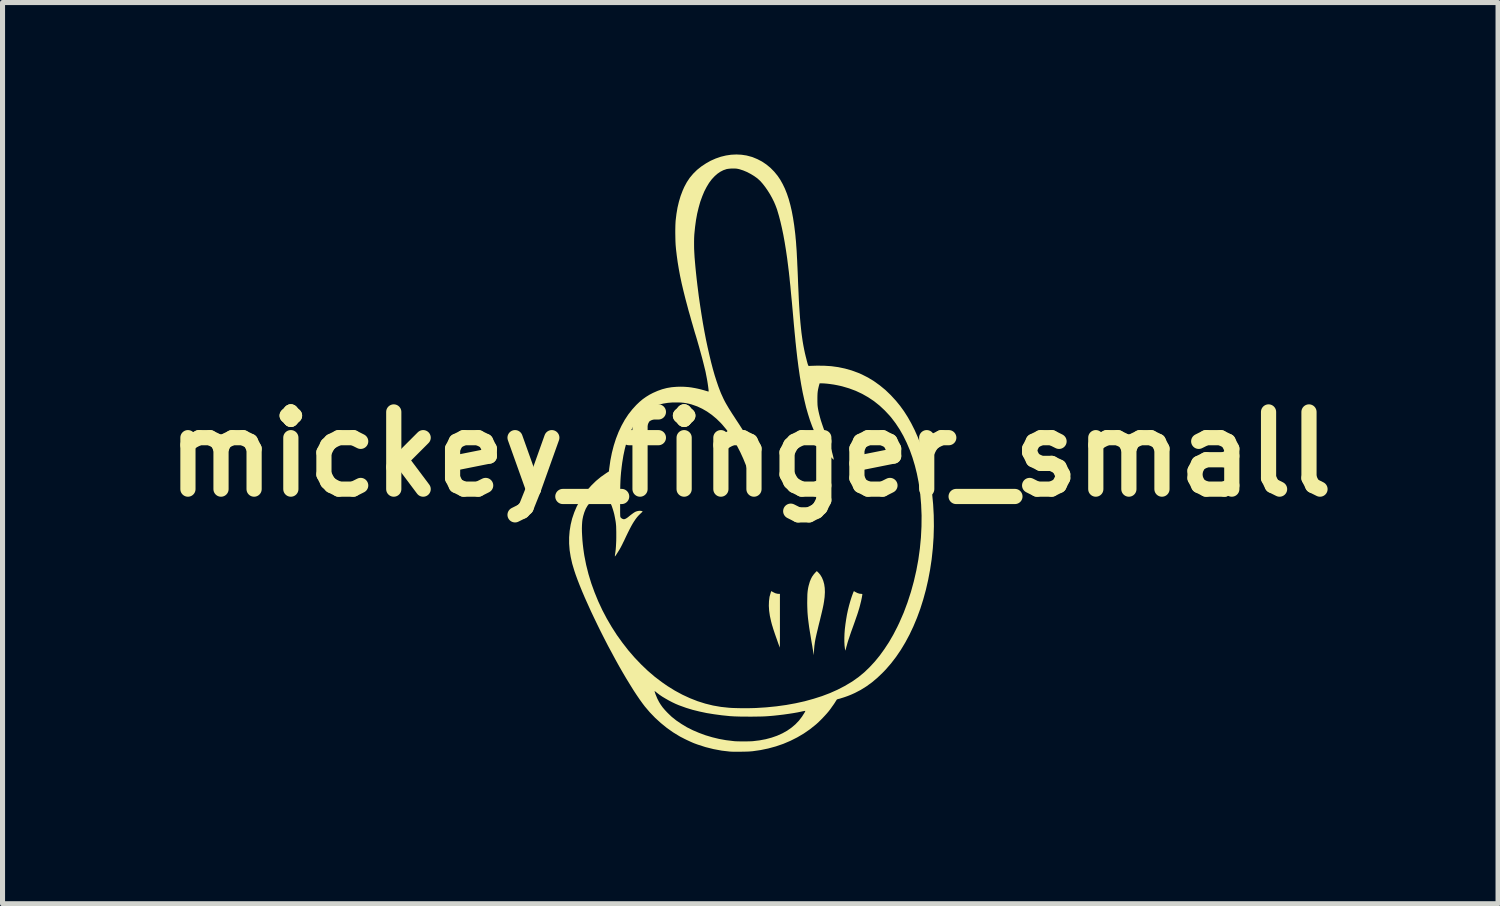
<source format=kicad_pcb>
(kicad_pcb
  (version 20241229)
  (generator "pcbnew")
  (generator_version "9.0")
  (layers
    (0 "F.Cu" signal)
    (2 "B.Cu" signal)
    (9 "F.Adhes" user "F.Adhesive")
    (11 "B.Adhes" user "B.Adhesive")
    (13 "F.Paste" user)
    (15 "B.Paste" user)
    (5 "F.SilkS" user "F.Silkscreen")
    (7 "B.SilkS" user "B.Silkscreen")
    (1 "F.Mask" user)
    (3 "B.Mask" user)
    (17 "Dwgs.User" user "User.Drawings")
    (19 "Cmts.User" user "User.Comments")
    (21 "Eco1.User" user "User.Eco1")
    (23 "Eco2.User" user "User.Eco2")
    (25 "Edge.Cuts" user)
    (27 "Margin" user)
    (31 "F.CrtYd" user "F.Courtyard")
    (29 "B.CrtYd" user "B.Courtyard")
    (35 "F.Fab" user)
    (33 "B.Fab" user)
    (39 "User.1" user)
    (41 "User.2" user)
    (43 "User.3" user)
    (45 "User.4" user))
  (footprint "mickey_finger_small"
    (layer "F.Cu")
    (at 11.764 5.918)
    (property "Reference" "mickey_finger_small" (at 0 0 0) (layer "F.SilkS") (effects (font (size 1.524 1.524) (thickness 0.3))))
    (attr board_only exclude_from_pos_files exclude_from_bom)
    (fp_poly (pts (xy 0.419 2.706) (xy 0.431 2.712) (xy 0.447 2.722) (xy 0.448 2.722) (xy 0.492 2.744) (xy 0.534 2.755) (xy 0.559 2.757) (xy 0.585 2.757) (xy 0.585 3.288) (xy 0.585 3.363) (xy 0.585 3.435) (xy 0.585 3.502) (xy 0.585 3.566) (xy 0.585 3.623) (xy 0.584 3.675) (xy 0.584 3.72) (xy 0.584 3.758) (xy 0.584 3.787) (xy 0.583 3.807) (xy 0.583 3.818) (xy 0.583 3.819) (xy 0.581 3.814) (xy 0.576 3.8) (xy 0.568 3.778) (xy 0.557 3.75) (xy 0.545 3.716) (xy 0.532 3.678) (xy 0.524 3.655) (xy 0.501 3.591) (xy 0.482 3.536) (xy 0.466 3.488) (xy 0.452 3.446) (xy 0.441 3.408) (xy 0.43 3.374) (xy 0.421 3.341) (xy 0.413 3.309) (xy 0.411 3.303) (xy 0.387 3.194) (xy 0.372 3.091) (xy 0.366 2.993) (xy 0.369 2.902) (xy 0.379 2.822) (xy 0.382 2.807) (xy 0.388 2.788) (xy 0.394 2.766) (xy 0.4 2.744) (xy 0.406 2.724) (xy 0.411 2.71) (xy 0.414 2.703) (xy 0.414 2.703)) (stroke (width 0) (type solid)) (fill yes) (layer "F.SilkS"))
    (fp_poly (pts (xy 2.05 2.706) (xy 2.061 2.712) (xy 2.077 2.722) (xy 2.078 2.722) (xy 2.118 2.742) (xy 2.157 2.754) (xy 2.186 2.757) (xy 2.201 2.758) (xy 2.211 2.761) (xy 2.212 2.762) (xy 2.212 2.769) (xy 2.21 2.785) (xy 2.206 2.808) (xy 2.201 2.837) (xy 2.194 2.869) (xy 2.187 2.903) (xy 2.178 2.938) (xy 2.172 2.962) (xy 2.162 3.002) (xy 2.151 3.042) (xy 2.138 3.084) (xy 2.124 3.13) (xy 2.107 3.181) (xy 2.087 3.238) (xy 2.065 3.302) (xy 2.039 3.375) (xy 2.038 3.378) (xy 2.012 3.45) (xy 1.989 3.513) (xy 1.97 3.569) (xy 1.954 3.618) (xy 1.939 3.662) (xy 1.926 3.702) (xy 1.915 3.74) (xy 1.905 3.777) (xy 1.898 3.801) (xy 1.891 3.828) (xy 1.885 3.851) (xy 1.88 3.868) (xy 1.877 3.877) (xy 1.877 3.877) (xy 1.875 3.873) (xy 1.873 3.861) (xy 1.869 3.844) (xy 1.869 3.842) (xy 1.861 3.779) (xy 1.857 3.707) (xy 1.857 3.627) (xy 1.86 3.542) (xy 1.867 3.452) (xy 1.878 3.36) (xy 1.892 3.265) (xy 1.908 3.17) (xy 1.928 3.076) (xy 1.951 2.984) (xy 1.976 2.896) (xy 1.995 2.836) (xy 2.006 2.803) (xy 2.017 2.773) (xy 2.027 2.746) (xy 2.035 2.725) (xy 2.042 2.71) (xy 2.045 2.704)) (stroke (width 0) (type solid)) (fill yes) (layer "F.SilkS"))
    (fp_poly (pts (xy 1.34 2.333) (xy 1.381 2.38) (xy 1.414 2.435) (xy 1.44 2.497) (xy 1.459 2.566) (xy 1.47 2.641) (xy 1.473 2.723) (xy 1.468 2.81) (xy 1.466 2.832) (xy 1.461 2.867) (xy 1.457 2.901) (xy 1.451 2.936) (xy 1.445 2.972) (xy 1.437 3.011) (xy 1.428 3.053) (xy 1.417 3.101) (xy 1.404 3.156) (xy 1.389 3.218) (xy 1.372 3.289) (xy 1.368 3.304) (xy 1.348 3.384) (xy 1.331 3.456) (xy 1.316 3.518) (xy 1.303 3.574) (xy 1.292 3.623) (xy 1.283 3.668) (xy 1.276 3.707) (xy 1.271 3.744) (xy 1.266 3.779) (xy 1.263 3.813) (xy 1.26 3.846) (xy 1.258 3.881) (xy 1.258 3.888) (xy 1.254 3.968) (xy 1.245 3.914) (xy 1.242 3.895) (xy 1.237 3.868) (xy 1.231 3.834) (xy 1.225 3.793) (xy 1.217 3.749) (xy 1.209 3.703) (xy 1.203 3.667) (xy 1.188 3.574) (xy 1.174 3.491) (xy 1.162 3.415) (xy 1.153 3.347) (xy 1.145 3.284) (xy 1.138 3.225) (xy 1.133 3.169) (xy 1.129 3.115) (xy 1.127 3.061) (xy 1.125 3.006) (xy 1.124 2.95) (xy 1.124 2.925) (xy 1.125 2.864) (xy 1.126 2.812) (xy 1.127 2.767) (xy 1.13 2.728) (xy 1.134 2.693) (xy 1.139 2.66) (xy 1.145 2.627) (xy 1.153 2.593) (xy 1.157 2.58) (xy 1.175 2.517) (xy 1.197 2.463) (xy 1.221 2.417) (xy 1.251 2.375) (xy 1.28 2.341) (xy 1.313 2.308)) (stroke (width 0) (type solid)) (fill yes) (layer "F.SilkS"))
    (fp_poly (pts (xy -0.174 -5.913) (xy -0.074 -5.898) (xy 0.023 -5.872) (xy 0.043 -5.866) (xy 0.14 -5.826) (xy 0.232 -5.778) (xy 0.318 -5.72) (xy 0.398 -5.654) (xy 0.472 -5.579) (xy 0.54 -5.496) (xy 0.592 -5.419) (xy 0.639 -5.335) (xy 0.683 -5.244) (xy 0.723 -5.144) (xy 0.759 -5.037) (xy 0.791 -4.92) (xy 0.82 -4.795) (xy 0.845 -4.66) (xy 0.867 -4.516) (xy 0.886 -4.362) (xy 0.891 -4.315) (xy 0.895 -4.267) (xy 0.9 -4.22) (xy 0.904 -4.172) (xy 0.907 -4.123) (xy 0.911 -4.071) (xy 0.915 -4.017) (xy 0.918 -3.959) (xy 0.921 -3.896) (xy 0.925 -3.828) (xy 0.928 -3.753) (xy 0.932 -3.671) (xy 0.936 -3.581) (xy 0.94 -3.481) (xy 0.944 -3.373) (xy 0.945 -3.348) (xy 0.952 -3.199) (xy 0.958 -3.061) (xy 0.965 -2.931) (xy 0.973 -2.811) (xy 0.981 -2.698) (xy 0.99 -2.593) (xy 1 -2.494) (xy 1.01 -2.4) (xy 1.022 -2.312) (xy 1.034 -2.228) (xy 1.048 -2.147) (xy 1.063 -2.069) (xy 1.079 -1.994) (xy 1.097 -1.919) (xy 1.108 -1.877) (xy 1.118 -1.836) (xy 1.127 -1.804) (xy 1.134 -1.78) (xy 1.14 -1.763) (xy 1.144 -1.752) (xy 1.149 -1.746) (xy 1.154 -1.743) (xy 1.159 -1.743) (xy 1.16 -1.743) (xy 1.169 -1.743) (xy 1.187 -1.744) (xy 1.212 -1.745) (xy 1.244 -1.746) (xy 1.28 -1.747) (xy 1.308 -1.748) (xy 1.456 -1.747) (xy 1.599 -1.738) (xy 1.737 -1.719) (xy 1.87 -1.691) (xy 2.001 -1.654) (xy 2.129 -1.607) (xy 2.203 -1.575) (xy 2.325 -1.513) (xy 2.443 -1.441) (xy 2.557 -1.359) (xy 2.668 -1.268) (xy 2.774 -1.166) (xy 2.876 -1.055) (xy 2.959 -0.953) (xy 3.035 -0.848) (xy 3.109 -0.732) (xy 3.179 -0.608) (xy 3.245 -0.477) (xy 3.306 -0.339) (xy 3.363 -0.196) (xy 3.414 -0.048) (xy 3.46 0.103) (xy 3.477 0.168) (xy 3.523 0.366) (xy 3.561 0.569) (xy 3.59 0.777) (xy 3.61 0.989) (xy 3.622 1.204) (xy 3.625 1.421) (xy 3.619 1.639) (xy 3.604 1.857) (xy 3.581 2.073) (xy 3.55 2.279) (xy 3.512 2.481) (xy 3.467 2.677) (xy 3.415 2.867) (xy 3.357 3.051) (xy 3.292 3.228) (xy 3.221 3.398) (xy 3.144 3.561) (xy 3.061 3.716) (xy 2.972 3.864) (xy 2.878 4.002) (xy 2.778 4.132) (xy 2.673 4.253) (xy 2.608 4.32) (xy 2.504 4.419) (xy 2.399 4.507) (xy 2.291 4.585) (xy 2.18 4.654) (xy 2.065 4.714) (xy 1.996 4.745) (xy 1.962 4.759) (xy 1.924 4.774) (xy 1.882 4.789) (xy 1.841 4.803) (xy 1.802 4.815) (xy 1.768 4.826) (xy 1.742 4.832) (xy 1.723 4.837) (xy 1.711 4.843) (xy 1.703 4.852) (xy 1.699 4.859) (xy 1.683 4.884) (xy 1.663 4.916) (xy 1.639 4.951) (xy 1.613 4.987) (xy 1.588 5.023) (xy 1.564 5.055) (xy 1.546 5.078) (xy 1.514 5.116) (xy 1.476 5.158) (xy 1.434 5.203) (xy 1.391 5.247) (xy 1.349 5.288) (xy 1.309 5.325) (xy 1.295 5.337) (xy 1.179 5.43) (xy 1.056 5.515) (xy 0.927 5.591) (xy 0.792 5.659) (xy 0.651 5.719) (xy 0.505 5.769) (xy 0.355 5.81) (xy 0.201 5.842) (xy 0.048 5.864) (xy 0.016 5.867) (xy -0.026 5.87) (xy -0.073 5.872) (xy -0.124 5.873) (xy -0.178 5.874) (xy -0.231 5.875) (xy -0.282 5.875) (xy -0.328 5.875) (xy -0.368 5.873) (xy -0.398 5.872) (xy -0.562 5.853) (xy -0.724 5.823) (xy -0.884 5.783) (xy -1.042 5.732) (xy -1.11 5.707) (xy -1.139 5.695) (xy -1.175 5.679) (xy -1.216 5.66) (xy -1.259 5.64) (xy -1.302 5.619) (xy -1.342 5.598) (xy -1.378 5.58) (xy -1.399 5.568) (xy -1.525 5.491) (xy -1.648 5.404) (xy -1.766 5.308) (xy -1.878 5.206) (xy -1.984 5.096) (xy -2.081 4.982) (xy -2.123 4.927) (xy -2.183 4.844) (xy -2.245 4.753) (xy -2.295 4.677) (xy -1.889 4.677) (xy -1.889 4.683) (xy -1.885 4.698) (xy -1.878 4.718) (xy -1.87 4.743) (xy -1.859 4.769) (xy -1.848 4.796) (xy -1.838 4.821) (xy -1.831 4.835) (xy -1.801 4.893) (xy -1.768 4.946) (xy -1.73 4.999) (xy -1.686 5.051) (xy -1.636 5.104) (xy -1.553 5.184) (xy -1.46 5.258) (xy -1.358 5.327) (xy -1.25 5.392) (xy -1.134 5.45) (xy -1.012 5.502) (xy -0.885 5.549) (xy -0.754 5.588) (xy -0.619 5.621) (xy -0.481 5.646) (xy -0.34 5.663) (xy -0.314 5.666) (xy -0.285 5.668) (xy -0.247 5.669) (xy -0.204 5.67) (xy -0.157 5.671) (xy -0.11 5.671) (xy -0.063 5.67) (xy -0.02 5.669) (xy 0.018 5.668) (xy 0.047 5.666) (xy 0.051 5.666) (xy 0.182 5.65) (xy 0.305 5.627) (xy 0.421 5.596) (xy 0.53 5.558) (xy 0.632 5.512) (xy 0.726 5.46) (xy 0.812 5.4) (xy 0.89 5.334) (xy 0.961 5.26) (xy 1.022 5.18) (xy 1.072 5.101) (xy 1.08 5.085) (xy 1.086 5.072) (xy 1.087 5.067) (xy 1.082 5.067) (xy 1.067 5.07) (xy 1.046 5.074) (xy 1.021 5.079) (xy 1.013 5.081) (xy 0.936 5.097) (xy 0.851 5.112) (xy 0.759 5.126) (xy 0.661 5.14) (xy 0.561 5.152) (xy 0.46 5.163) (xy 0.366 5.171) (xy 0.322 5.174) (xy 0.269 5.177) (xy 0.209 5.179) (xy 0.143 5.18) (xy 0.074 5.181) (xy 0.002 5.182) (xy -0.069 5.181) (xy -0.14 5.181) (xy -0.207 5.18) (xy -0.27 5.178) (xy -0.326 5.176) (xy -0.374 5.173) (xy -0.395 5.172) (xy -0.561 5.155) (xy -0.717 5.134) (xy -0.865 5.11) (xy -1.006 5.08) (xy -1.139 5.047) (xy -1.267 5.008) (xy -1.389 4.964) (xy -1.411 4.956) (xy -1.475 4.929) (xy -1.542 4.897) (xy -1.609 4.862) (xy -1.674 4.825) (xy -1.736 4.788) (xy -1.792 4.75) (xy -1.839 4.714) (xy -1.848 4.707) (xy -1.865 4.693) (xy -1.879 4.683) (xy -1.887 4.677) (xy -1.889 4.677) (xy -2.295 4.677) (xy -2.311 4.652) (xy -2.378 4.544) (xy -2.448 4.43) (xy -2.519 4.309) (xy -2.591 4.184) (xy -2.663 4.054) (xy -2.735 3.92) (xy -2.808 3.785) (xy -2.879 3.647) (xy -2.949 3.509) (xy -3.017 3.371) (xy -3.083 3.234) (xy -3.147 3.099) (xy -3.207 2.966) (xy -3.265 2.837) (xy -3.318 2.713) (xy -3.367 2.593) (xy -3.411 2.48) (xy -3.45 2.373) (xy -3.475 2.298) (xy -3.516 2.161) (xy -3.546 2.027) (xy -3.567 1.896) (xy -3.577 1.767) (xy -3.577 1.64) (xy -3.567 1.515) (xy -3.558 1.461) (xy -3.325 1.461) (xy -3.324 1.534) (xy -3.32 1.612) (xy -3.315 1.694) (xy -3.307 1.779) (xy -3.297 1.864) (xy -3.285 1.95) (xy -3.277 2.001) (xy -3.241 2.184) (xy -3.195 2.367) (xy -3.14 2.548) (xy -3.075 2.727) (xy -3.003 2.903) (xy -2.922 3.077) (xy -2.833 3.246) (xy -2.736 3.412) (xy -2.633 3.572) (xy -2.522 3.726) (xy -2.406 3.875) (xy -2.283 4.017) (xy -2.155 4.151) (xy -2.022 4.278) (xy -1.884 4.396) (xy -1.741 4.504) (xy -1.636 4.577) (xy -1.489 4.668) (xy -1.341 4.748) (xy -1.192 4.817) (xy -1.042 4.876) (xy -0.89 4.924) (xy -0.736 4.962) (xy -0.58 4.989) (xy -0.422 5.006) (xy -0.36 5.01) (xy -0.295 5.012) (xy -0.223 5.014) (xy -0.147 5.015) (xy -0.069 5.015) (xy 0.006 5.014) (xy 0.076 5.012) (xy 0.111 5.011) (xy 0.317 4.998) (xy 0.516 4.978) (xy 0.71 4.951) (xy 0.897 4.917) (xy 1.077 4.877) (xy 1.25 4.829) (xy 1.416 4.776) (xy 1.574 4.716) (xy 1.724 4.649) (xy 1.865 4.576) (xy 1.998 4.497) (xy 2.029 4.477) (xy 2.142 4.396) (xy 2.251 4.306) (xy 2.356 4.205) (xy 2.458 4.095) (xy 2.556 3.975) (xy 2.649 3.846) (xy 2.739 3.709) (xy 2.824 3.562) (xy 2.904 3.407) (xy 2.944 3.323) (xy 3.029 3.128) (xy 3.104 2.927) (xy 3.171 2.721) (xy 3.229 2.51) (xy 3.278 2.297) (xy 3.318 2.081) (xy 3.348 1.863) (xy 3.369 1.645) (xy 3.38 1.426) (xy 3.382 1.209) (xy 3.373 0.993) (xy 3.355 0.779) (xy 3.348 0.718) (xy 3.322 0.548) (xy 3.289 0.382) (xy 3.249 0.222) (xy 3.202 0.066) (xy 3.149 -0.083) (xy 3.088 -0.226) (xy 3.022 -0.361) (xy 2.949 -0.489) (xy 2.87 -0.609) (xy 2.785 -0.721) (xy 2.753 -0.759) (xy 2.655 -0.864) (xy 2.552 -0.96) (xy 2.443 -1.047) (xy 2.328 -1.124) (xy 2.208 -1.192) (xy 2.082 -1.251) (xy 1.951 -1.3) (xy 1.815 -1.34) (xy 1.782 -1.348) (xy 1.717 -1.362) (xy 1.648 -1.375) (xy 1.579 -1.385) (xy 1.513 -1.393) (xy 1.451 -1.398) (xy 1.417 -1.399) (xy 1.369 -1.4) (xy 1.356 -1.355) (xy 1.346 -1.315) (xy 1.338 -1.278) (xy 1.332 -1.243) (xy 1.328 -1.206) (xy 1.326 -1.164) (xy 1.325 -1.116) (xy 1.325 -1.086) (xy 1.325 -1.043) (xy 1.326 -1.008) (xy 1.327 -0.979) (xy 1.329 -0.954) (xy 1.332 -0.93) (xy 1.336 -0.904) (xy 1.337 -0.897) (xy 1.348 -0.842) (xy 1.361 -0.786) (xy 1.376 -0.729) (xy 1.393 -0.668) (xy 1.415 -0.602) (xy 1.439 -0.531) (xy 1.468 -0.452) (xy 1.489 -0.396) (xy 1.518 -0.321) (xy 1.542 -0.256) (xy 1.563 -0.198) (xy 1.58 -0.149) (xy 1.594 -0.107) (xy 1.598 -0.096) (xy 1.605 -0.073) (xy 1.613 -0.045) (xy 1.621 -0.015) (xy 1.629 0.016) (xy 1.636 0.045) (xy 1.642 0.07) (xy 1.646 0.091) (xy 1.648 0.104) (xy 1.648 0.108) (xy 1.643 0.106) (xy 1.633 0.097) (xy 1.617 0.082) (xy 1.598 0.062) (xy 1.577 0.04) (xy 1.555 0.015) (xy 1.532 -0.01) (xy 1.511 -0.035) (xy 1.492 -0.058) (xy 1.477 -0.077) (xy 1.42 -0.158) (xy 1.366 -0.246) (xy 1.315 -0.34) (xy 1.267 -0.442) (xy 1.222 -0.55) (xy 1.179 -0.667) (xy 1.14 -0.791) (xy 1.102 -0.923) (xy 1.068 -1.065) (xy 1.035 -1.215) (xy 1.005 -1.375) (xy 0.977 -1.544) (xy 0.951 -1.724) (xy 0.935 -1.85) (xy 0.929 -1.895) (xy 0.924 -1.939) (xy 0.919 -1.983) (xy 0.914 -2.026) (xy 0.909 -2.071) (xy 0.904 -2.117) (xy 0.899 -2.166) (xy 0.893 -2.219) (xy 0.888 -2.276) (xy 0.882 -2.338) (xy 0.875 -2.407) (xy 0.868 -2.483) (xy 0.86 -2.566) (xy 0.852 -2.659) (xy 0.843 -2.761) (xy 0.84 -2.795) (xy 0.83 -2.905) (xy 0.821 -3.005) (xy 0.812 -3.095) (xy 0.804 -3.178) (xy 0.797 -3.253) (xy 0.791 -3.321) (xy 0.784 -3.384) (xy 0.778 -3.442) (xy 0.773 -3.496) (xy 0.767 -3.547) (xy 0.762 -3.596) (xy 0.756 -3.643) (xy 0.75 -3.69) (xy 0.75 -3.692) (xy 0.728 -3.866) (xy 0.704 -4.03) (xy 0.679 -4.184) (xy 0.653 -4.328) (xy 0.625 -4.463) (xy 0.596 -4.588) (xy 0.566 -4.704) (xy 0.534 -4.812) (xy 0.528 -4.833) (xy 0.501 -4.905) (xy 0.469 -4.981) (xy 0.431 -5.057) (xy 0.389 -5.133) (xy 0.343 -5.206) (xy 0.296 -5.274) (xy 0.248 -5.336) (xy 0.201 -5.39) (xy 0.193 -5.398) (xy 0.139 -5.447) (xy 0.076 -5.492) (xy 0.007 -5.534) (xy -0.066 -5.572) (xy -0.14 -5.603) (xy -0.215 -5.627) (xy -0.246 -5.634) (xy -0.277 -5.639) (xy -0.314 -5.641) (xy -0.355 -5.641) (xy -0.396 -5.639) (xy -0.434 -5.635) (xy -0.466 -5.63) (xy -0.469 -5.629) (xy -0.533 -5.607) (xy -0.593 -5.576) (xy -0.651 -5.536) (xy -0.703 -5.49) (xy -0.76 -5.429) (xy -0.814 -5.357) (xy -0.863 -5.276) (xy -0.909 -5.187) (xy -0.95 -5.088) (xy -0.988 -4.983) (xy -1.02 -4.869) (xy -1.049 -4.749) (xy -1.072 -4.622) (xy -1.09 -4.49) (xy -1.104 -4.351) (xy -1.106 -4.326) (xy -1.109 -4.264) (xy -1.11 -4.199) (xy -1.11 -4.13) (xy -1.109 -4.055) (xy -1.105 -3.974) (xy -1.1 -3.887) (xy -1.092 -3.793) (xy -1.083 -3.691) (xy -1.072 -3.581) (xy -1.059 -3.461) (xy -1.044 -3.332) (xy -1.04 -3.302) (xy -1.017 -3.119) (xy -0.991 -2.939) (xy -0.964 -2.763) (xy -0.936 -2.591) (xy -0.906 -2.424) (xy -0.875 -2.263) (xy -0.842 -2.108) (xy -0.808 -1.959) (xy -0.774 -1.817) (xy -0.739 -1.683) (xy -0.703 -1.557) (xy -0.666 -1.441) (xy -0.629 -1.333) (xy -0.592 -1.236) (xy -0.577 -1.199) (xy -0.56 -1.162) (xy -0.544 -1.127) (xy -0.528 -1.092) (xy -0.511 -1.058) (xy -0.493 -1.024) (xy -0.472 -0.987) (xy -0.449 -0.948) (xy -0.424 -0.905) (xy -0.394 -0.858) (xy -0.361 -0.805) (xy -0.322 -0.746) (xy -0.279 -0.679) (xy -0.249 -0.634) (xy -0.207 -0.57) (xy -0.171 -0.513) (xy -0.139 -0.463) (xy -0.111 -0.419) (xy -0.087 -0.38) (xy -0.065 -0.344) (xy -0.045 -0.31) (xy -0.027 -0.278) (xy -0.01 -0.246) (xy 0.007 -0.213) (xy 0.023 -0.181) (xy 0.069 -0.083) (xy 0.107 0.011) (xy 0.136 0.102) (xy 0.157 0.192) (xy 0.171 0.281) (xy 0.176 0.336) (xy 0.177 0.399) (xy 0.172 0.467) (xy 0.161 0.539) (xy 0.145 0.61) (xy 0.125 0.677) (xy 0.101 0.739) (xy 0.096 0.75) (xy 0.078 0.788) (xy 0.071 0.756) (xy 0.057 0.695) (xy 0.041 0.627) (xy 0.021 0.554) (xy 0.001 0.48) (xy -0.021 0.408) (xy -0.036 0.36) (xy -0.084 0.223) (xy -0.138 0.09) (xy -0.197 -0.039) (xy -0.261 -0.163) (xy -0.329 -0.28) (xy -0.4 -0.39) (xy -0.475 -0.491) (xy -0.552 -0.583) (xy -0.583 -0.617) (xy -0.669 -0.701) (xy -0.759 -0.776) (xy -0.853 -0.842) (xy -0.95 -0.898) (xy -1.048 -0.944) (xy -1.149 -0.979) (xy -1.16 -0.983) (xy -1.214 -0.997) (xy -1.264 -1.007) (xy -1.314 -1.015) (xy -1.367 -1.02) (xy -1.428 -1.022) (xy -1.428 -1.022) (xy -1.533 -1.022) (xy -1.63 -1.014) (xy -1.721 -0.999) (xy -1.806 -0.977) (xy -1.887 -0.946) (xy -1.929 -0.926) (xy -2.008 -0.882) (xy -2.081 -0.829) (xy -2.149 -0.769) (xy -2.211 -0.7) (xy -2.268 -0.622) (xy -2.32 -0.537) (xy -2.367 -0.442) (xy -2.409 -0.338) (xy -2.446 -0.226) (xy -2.478 -0.104) (xy -2.506 0.028) (xy -2.529 0.169) (xy -2.54 0.255) (xy -2.546 0.308) (xy -2.552 0.359) (xy -2.556 0.408) (xy -2.56 0.457) (xy -2.563 0.508) (xy -2.565 0.561) (xy -2.567 0.618) (xy -2.568 0.681) (xy -2.569 0.75) (xy -2.57 0.827) (xy -2.57 0.914) (xy -2.57 0.981) (xy -2.57 1.038) (xy -2.57 1.085) (xy -2.57 1.125) (xy -2.57 1.157) (xy -2.569 1.183) (xy -2.569 1.203) (xy -2.568 1.217) (xy -2.567 1.228) (xy -2.565 1.236) (xy -2.564 1.242) (xy -2.562 1.246) (xy -2.559 1.249) (xy -2.559 1.249) (xy -2.542 1.266) (xy -2.52 1.278) (xy -2.498 1.284) (xy -2.495 1.284) (xy -2.475 1.28) (xy -2.452 1.269) (xy -2.423 1.25) (xy -2.398 1.23) (xy -2.361 1.2) (xy -2.33 1.177) (xy -2.305 1.159) (xy -2.283 1.145) (xy -2.264 1.135) (xy -2.245 1.128) (xy -2.226 1.123) (xy -2.219 1.121) (xy -2.195 1.118) (xy -2.17 1.118) (xy -2.147 1.121) (xy -2.131 1.126) (xy -2.129 1.126) (xy -2.127 1.131) (xy -2.133 1.139) (xy -2.146 1.152) (xy -2.177 1.181) (xy -2.207 1.211) (xy -2.236 1.244) (xy -2.264 1.281) (xy -2.292 1.322) (xy -2.321 1.368) (xy -2.351 1.421) (xy -2.382 1.48) (xy -2.416 1.548) (xy -2.453 1.624) (xy -2.475 1.671) (xy -2.492 1.708) (xy -2.511 1.745) (xy -2.528 1.781) (xy -2.544 1.812) (xy -2.557 1.837) (xy -2.558 1.839) (xy -2.571 1.862) (xy -2.586 1.888) (xy -2.603 1.915) (xy -2.62 1.942) (xy -2.636 1.967) (xy -2.65 1.989) (xy -2.662 2.006) (xy -2.67 2.016) (xy -2.674 2.019) (xy -2.674 2.013) (xy -2.673 1.999) (xy -2.671 1.982) (xy -2.663 1.93) (xy -2.657 1.878) (xy -2.653 1.826) (xy -2.65 1.771) (xy -2.647 1.71) (xy -2.646 1.642) (xy -2.646 1.595) (xy -2.646 1.54) (xy -2.647 1.493) (xy -2.648 1.453) (xy -2.649 1.419) (xy -2.652 1.387) (xy -2.655 1.357) (xy -2.659 1.327) (xy -2.665 1.293) (xy -2.672 1.255) (xy -2.674 1.244) (xy -2.687 1.181) (xy -2.703 1.122) (xy -2.722 1.062) (xy -2.736 1.021) (xy -2.746 0.998) (xy -2.757 0.97) (xy -2.771 0.94) (xy -2.785 0.908) (xy -2.8 0.878) (xy -2.814 0.85) (xy -2.827 0.825) (xy -2.837 0.807) (xy -2.844 0.795) (xy -2.847 0.793) (xy -2.856 0.793) (xy -2.874 0.796) (xy -2.897 0.802) (xy -2.923 0.811) (xy -2.951 0.82) (xy -2.978 0.831) (xy -3.002 0.841) (xy -3.004 0.842) (xy -3.068 0.877) (xy -3.124 0.917) (xy -3.173 0.964) (xy -3.214 1.017) (xy -3.249 1.078) (xy -3.277 1.147) (xy -3.3 1.224) (xy -3.313 1.287) (xy -3.319 1.336) (xy -3.323 1.395) (xy -3.325 1.461) (xy -3.558 1.461) (xy -3.547 1.392) (xy -3.517 1.268) (xy -3.515 1.263) (xy -3.475 1.146) (xy -3.426 1.031) (xy -3.366 0.92) (xy -3.298 0.813) (xy -3.222 0.712) (xy -3.138 0.617) (xy -3.047 0.528) (xy -2.949 0.447) (xy -2.846 0.375) (xy -2.833 0.366) (xy -2.792 0.341) (xy -2.785 0.283) (xy -2.763 0.125) (xy -2.733 -0.026) (xy -2.696 -0.17) (xy -2.652 -0.308) (xy -2.601 -0.439) (xy -2.543 -0.562) (xy -2.479 -0.678) (xy -2.408 -0.786) (xy -2.33 -0.885) (xy -2.251 -0.972) (xy -2.187 -1.033) (xy -2.124 -1.086) (xy -2.059 -1.132) (xy -1.991 -1.174) (xy -1.92 -1.211) (xy -1.829 -1.251) (xy -1.739 -1.283) (xy -1.647 -1.307) (xy -1.552 -1.323) (xy -1.452 -1.331) (xy -1.379 -1.333) (xy -1.322 -1.332) (xy -1.27 -1.329) (xy -1.219 -1.325) (xy -1.165 -1.318) (xy -1.119 -1.31) (xy -1.085 -1.304) (xy -1.046 -1.296) (xy -1.003 -1.286) (xy -0.96 -1.275) (xy -0.92 -1.264) (xy -0.885 -1.254) (xy -0.859 -1.246) (xy -0.842 -1.241) (xy -0.829 -1.238) (xy -0.824 -1.238) (xy -0.823 -1.245) (xy -0.823 -1.262) (xy -0.826 -1.287) (xy -0.83 -1.319) (xy -0.835 -1.356) (xy -0.841 -1.397) (xy -0.848 -1.441) (xy -0.856 -1.487) (xy -0.865 -1.533) (xy -0.874 -1.578) (xy -0.882 -1.621) (xy -0.889 -1.652) (xy -0.901 -1.7) (xy -0.915 -1.757) (xy -0.931 -1.821) (xy -0.949 -1.891) (xy -0.969 -1.965) (xy -0.99 -2.041) (xy -1.011 -2.118) (xy -1.033 -2.194) (xy -1.054 -2.268) (xy -1.075 -2.338) (xy -1.089 -2.383) (xy -1.099 -2.416) (xy -1.111 -2.458) (xy -1.125 -2.506) (xy -1.14 -2.559) (xy -1.157 -2.616) (xy -1.173 -2.674) (xy -1.189 -2.732) (xy -1.205 -2.787) (xy -1.22 -2.839) (xy -1.232 -2.885) (xy -1.234 -2.893) (xy -1.279 -3.061) (xy -1.319 -3.221) (xy -1.355 -3.373) (xy -1.386 -3.519) (xy -1.412 -3.659) (xy -1.434 -3.793) (xy -1.452 -3.924) (xy -1.467 -4.051) (xy -1.474 -4.13) (xy -1.476 -4.166) (xy -1.478 -4.209) (xy -1.479 -4.258) (xy -1.48 -4.311) (xy -1.481 -4.366) (xy -1.481 -4.421) (xy -1.48 -4.474) (xy -1.479 -4.523) (xy -1.477 -4.566) (xy -1.475 -4.601) (xy -1.474 -4.613) (xy -1.458 -4.745) (xy -1.437 -4.869) (xy -1.409 -4.987) (xy -1.376 -5.098) (xy -1.335 -5.206) (xy -1.303 -5.278) (xy -1.253 -5.371) (xy -1.195 -5.458) (xy -1.127 -5.539) (xy -1.051 -5.614) (xy -0.966 -5.682) (xy -0.872 -5.744) (xy -0.783 -5.794) (xy -0.684 -5.838) (xy -0.583 -5.873) (xy -0.48 -5.898) (xy -0.378 -5.913) (xy -0.275 -5.918)) (stroke (width 0) (type solid)) (fill yes) (layer "F.SilkS")))
  (gr_rect
    (start -3 -3)
    (end 26.528 14.793)
    (stroke (width 0.1) (type default))
    (fill no)
    (layer "Edge.Cuts")))
</source>
